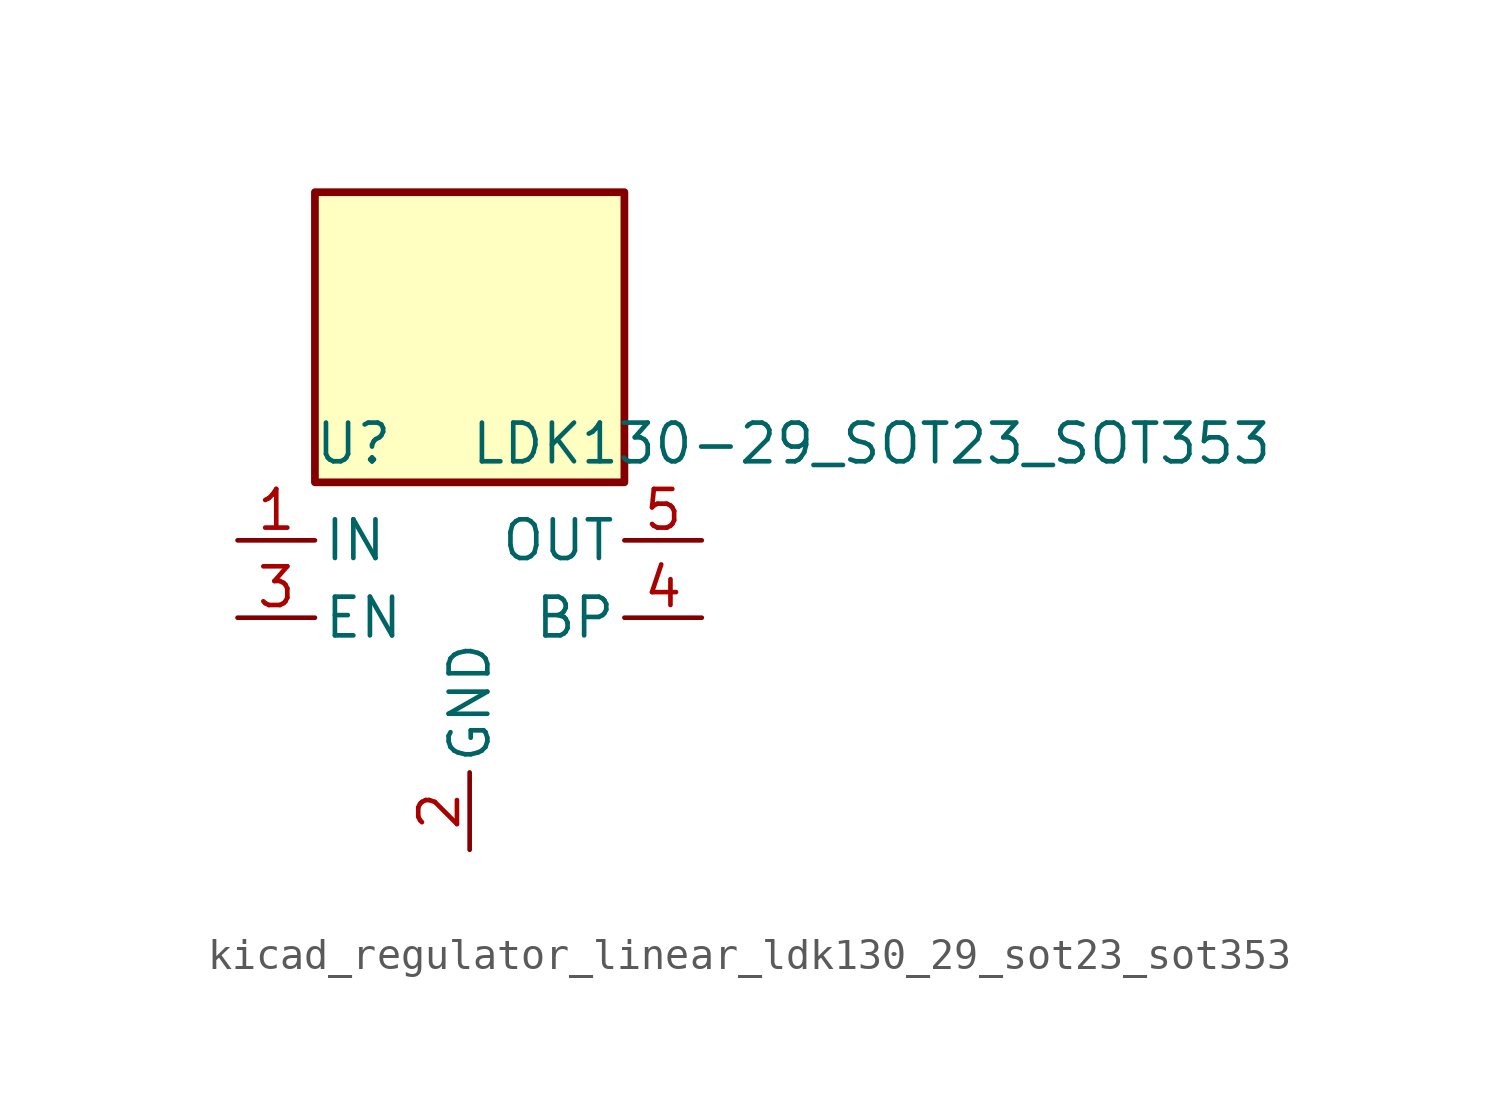
<source format=kicad_sym>
(kicad_symbol_lib
  (version 20220914)
  (generator kicad_symbol_editor)
  (symbol "kicad_regulator_linear_ldk130_29_sot23_sot353"
    (pin_names
      (offset 0.254))
    (property "Reference" "U"
      (at -3.81 5.715 0)
      (effects (font (size 1.27 1.27))))
    (property "Value" "LDK130-29_SOT23_SOT353"
      (at 0 5.715 0)
      (effects (font (size 1.27 1.27)) (justify left)))
    (symbol "kicad_regulator_linear_ldk130_29_sot23_sot353_0_1"
      (rectangle (start 5.08 13.97) (end -5.08 4.445) (stroke (width 0.254) (type default)) (fill (type background))))
    (symbol "kicad_regulator_linear_ldk130_29_sot23_sot353_1_1"
      (pin power_in line (at -7.62 2.54 0) (length 2.54) (name "IN" (effects (font (size 1.27 1.27)))) (number "1" (effects (font (size 1.27 1.27)))))
      (pin power_in line (at 0 -7.62 90) (length 2.54) (name "GND" (effects (font (size 1.27 1.27)))) (number "2" (effects (font (size 1.27 1.27)))))
      (pin input line (at -7.62 0 0) (length 2.54) (name "EN" (effects (font (size 1.27 1.27)))) (number "3" (effects (font (size 1.27 1.27)))))
      (pin passive line (at 7.62 0 180) (length 2.54) (name "BP" (effects (font (size 1.27 1.27)))) (number "4" (effects (font (size 1.27 1.27)))))
      (pin power_out line (at 7.62 2.54 180) (length 2.54) (name "OUT" (effects (font (size 1.27 1.27)))) (number "5" (effects (font (size 1.27 1.27))))))))
</source>
